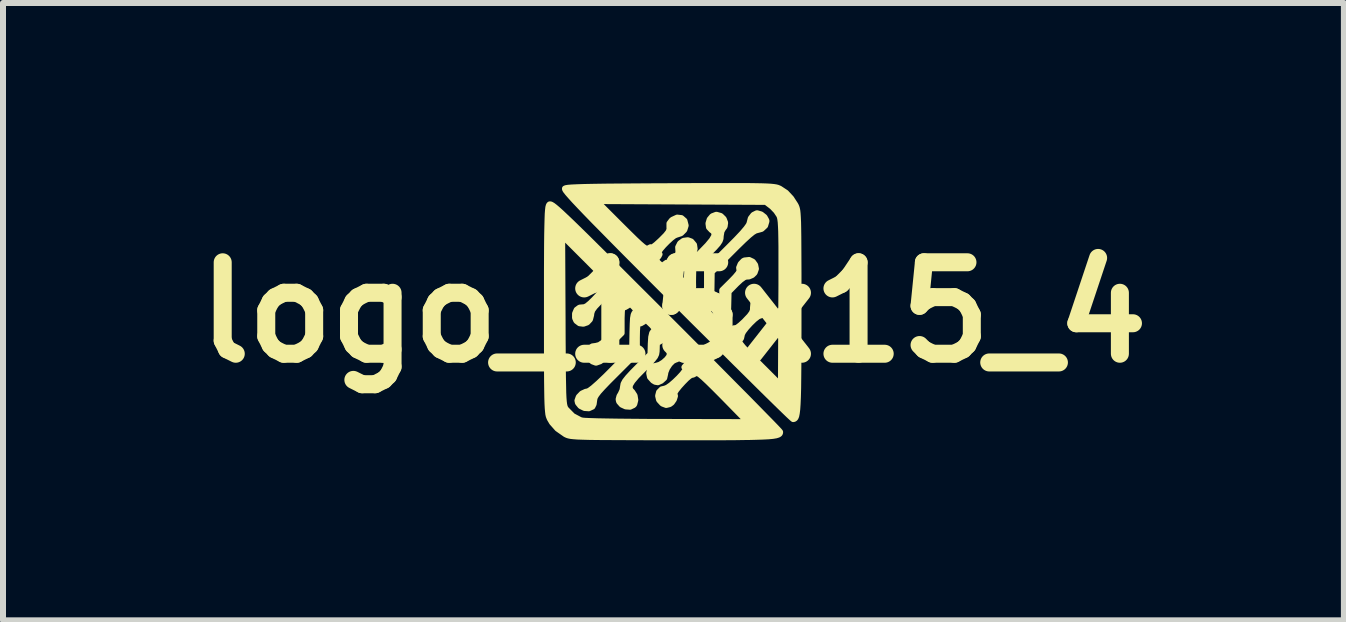
<source format=kicad_pcb>
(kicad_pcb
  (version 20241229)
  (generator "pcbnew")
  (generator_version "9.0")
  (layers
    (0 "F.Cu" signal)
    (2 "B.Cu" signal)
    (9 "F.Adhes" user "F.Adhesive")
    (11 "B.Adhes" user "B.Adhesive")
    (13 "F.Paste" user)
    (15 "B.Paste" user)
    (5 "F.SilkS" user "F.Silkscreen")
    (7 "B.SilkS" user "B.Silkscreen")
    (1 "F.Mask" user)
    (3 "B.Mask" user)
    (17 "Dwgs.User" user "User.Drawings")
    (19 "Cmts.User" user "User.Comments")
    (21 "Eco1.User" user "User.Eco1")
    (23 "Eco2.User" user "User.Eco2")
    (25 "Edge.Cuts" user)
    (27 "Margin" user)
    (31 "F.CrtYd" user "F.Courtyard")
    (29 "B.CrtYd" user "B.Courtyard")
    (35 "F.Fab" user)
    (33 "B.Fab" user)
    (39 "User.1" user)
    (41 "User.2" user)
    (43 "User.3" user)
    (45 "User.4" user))
  (footprint "logo_15x15_4"
    (layer "F.Cu")
    (at 8.172 2.155)
    (property "Reference" "logo_15x15_4" (at 0 0 0) (layer "F.SilkS") (effects (font (size 1.524 1.524) (thickness 0.3))))
    (attr through_hole)
    (fp_poly (pts (xy 2.083 -0.029) (xy 2.083 0.318) (xy 2.082 0.618) (xy 2.081 0.874) (xy 2.079 1.089) (xy 2.077 1.268) (xy 2.073 1.413) (xy 2.068 1.528) (xy 2.062 1.616) (xy 2.054 1.681) (xy 2.045 1.726) (xy 2.033 1.755) (xy 2.02 1.77) (xy 2.004 1.777) (xy 1.994 1.778) (xy 1.973 1.76) (xy 1.918 1.709) (xy 1.833 1.627) (xy 1.799 1.594) (xy 1.799 -0.926) (xy 1.799 -1.101) (xy 1.797 -1.242) (xy 1.795 -1.353) (xy 1.791 -1.439) (xy 1.787 -1.503) (xy 1.781 -1.55) (xy 1.774 -1.585) (xy 1.765 -1.61) (xy 1.762 -1.616) (xy 1.713 -1.69) (xy 1.646 -1.76) (xy 1.63 -1.773) (xy 1.541 -1.841) (xy 0.129 -1.848) (xy -1.283 -1.855) (xy -0.872 -1.444) (xy -0.738 -1.311) (xy -0.635 -1.21) (xy -0.559 -1.139) (xy -0.504 -1.092) (xy -0.466 -1.067) (xy -0.44 -1.059) (xy -0.422 -1.064) (xy -0.42 -1.066) (xy -0.381 -1.086) (xy -0.363 -1.082) (xy -0.338 -1.091) (xy -0.288 -1.129) (xy -0.222 -1.189) (xy -0.2 -1.21) (xy -0.125 -1.286) (xy -0.083 -1.34) (xy -0.066 -1.382) (xy -0.067 -1.423) (xy -0.067 -1.423) (xy -0.067 -1.482) (xy -0.03 -1.531) (xy -0.014 -1.544) (xy 0.062 -1.579) (xy 0.132 -1.571) (xy 0.183 -1.526) (xy 0.203 -1.448) (xy 0.203 -1.446) (xy 0.181 -1.375) (xy 0.125 -1.319) (xy 0.102 -1.311) (xy 0.102 -1.448) (xy 0.083 -1.472) (xy 0.078 -1.473) (xy 0.043 -1.455) (xy 0.038 -1.448) (xy 0.044 -1.426) (xy 0.062 -1.422) (xy 0.097 -1.436) (xy 0.102 -1.448) (xy 0.102 -1.311) (xy 0.052 -1.295) (xy 0.051 -1.295) (xy 0.015 -1.28) (xy -0.039 -1.239) (xy -0.101 -1.182) (xy -0.163 -1.119) (xy -0.215 -1.059) (xy -0.248 -1.011) (xy -0.253 -0.986) (xy -0.25 -0.985) (xy -0.232 -0.968) (xy -0.25 -0.934) (xy -0.26 -0.923) (xy -0.288 -0.885) (xy -0.284 -0.857) (xy -0.245 -0.816) (xy -0.201 -0.78) (xy -0.174 -0.779) (xy -0.152 -0.8) (xy -0.112 -0.828) (xy -0.088 -0.829) (xy -0.052 -0.838) (xy -0.003 -0.876) (xy 0.045 -0.928) (xy 0.078 -0.979) (xy 0.083 -1.011) (xy 0.078 -1.086) (xy 0.11 -1.15) (xy 0.168 -1.192) (xy 0.239 -1.202) (xy 0.296 -1.181) (xy 0.343 -1.125) (xy 0.353 -1.056) (xy 0.33 -0.988) (xy 0.28 -0.936) (xy 0.254 -0.928) (xy 0.254 -1.067) (xy 0.233 -1.089) (xy 0.216 -1.092) (xy 0.182 -1.078) (xy 0.178 -1.067) (xy 0.198 -1.044) (xy 0.216 -1.041) (xy 0.25 -1.055) (xy 0.254 -1.067) (xy 0.254 -0.928) (xy 0.208 -0.914) (xy 0.205 -0.914) (xy 0.161 -0.897) (xy 0.107 -0.855) (xy 0.056 -0.801) (xy 0.023 -0.751) (xy 0.018 -0.721) (xy 0.014 -0.673) (xy -0.001 -0.646) (xy -0.018 -0.613) (xy -0.002 -0.577) (xy 0.028 -0.544) (xy 0.076 -0.504) (xy 0.115 -0.498) (xy 0.159 -0.514) (xy 0.203 -0.541) (xy 0.223 -0.581) (xy 0.228 -0.651) (xy 0.228 -0.661) (xy 0.23 -0.71) (xy 0.239 -0.751) (xy 0.261 -0.793) (xy 0.303 -0.845) (xy 0.369 -0.915) (xy 0.457 -1.003) (xy 0.568 -1.118) (xy 0.641 -1.206) (xy 0.679 -1.272) (xy 0.684 -1.32) (xy 0.658 -1.357) (xy 0.635 -1.372) (xy 0.592 -1.418) (xy 0.583 -1.482) (xy 0.603 -1.549) (xy 0.647 -1.601) (xy 0.71 -1.625) (xy 0.717 -1.626) (xy 0.787 -1.606) (xy 0.837 -1.557) (xy 0.861 -1.494) (xy 0.852 -1.431) (xy 0.826 -1.397) (xy 0.8 -1.351) (xy 0.788 -1.281) (xy 0.787 -1.272) (xy 0.784 -1.23) (xy 0.77 -1.19) (xy 0.743 -1.149) (xy 0.743 -1.484) (xy 0.729 -1.512) (xy 0.718 -1.518) (xy 0.691 -1.507) (xy 0.686 -1.486) (xy 0.701 -1.455) (xy 0.729 -1.46) (xy 0.743 -1.484) (xy 0.743 -1.149) (xy 0.739 -1.143) (xy 0.685 -1.082) (xy 0.603 -0.998) (xy 0.559 -0.954) (xy 0.33 -0.728) (xy 0.327 -0.586) (xy 0.326 -0.504) (xy 0.327 -0.443) (xy 0.328 -0.422) (xy 0.316 -0.388) (xy 0.293 -0.357) (xy 0.272 -0.326) (xy 0.279 -0.296) (xy 0.319 -0.252) (xy 0.329 -0.242) (xy 0.382 -0.198) (xy 0.416 -0.188) (xy 0.443 -0.202) (xy 0.493 -0.222) (xy 0.52 -0.22) (xy 0.538 -0.219) (xy 0.549 -0.241) (xy 0.556 -0.291) (xy 0.558 -0.379) (xy 0.559 -0.465) (xy 0.559 -0.725) (xy 0.914 -1.079) (xy 1.048 -1.214) (xy 1.147 -1.319) (xy 1.214 -1.398) (xy 1.254 -1.454) (xy 1.27 -1.491) (xy 1.27 -1.496) (xy 1.288 -1.566) (xy 1.332 -1.623) (xy 1.388 -1.651) (xy 1.395 -1.651) (xy 1.46 -1.632) (xy 1.517 -1.587) (xy 1.548 -1.531) (xy 1.549 -1.518) (xy 1.527 -1.445) (xy 1.469 -1.391) (xy 1.422 -1.378) (xy 1.422 -1.505) (xy 1.409 -1.524) (xy 1.384 -1.511) (xy 1.375 -1.495) (xy 1.383 -1.475) (xy 1.394 -1.476) (xy 1.421 -1.499) (xy 1.422 -1.505) (xy 1.422 -1.378) (xy 1.399 -1.372) (xy 1.366 -1.363) (xy 1.321 -1.336) (xy 1.258 -1.285) (xy 1.172 -1.206) (xy 1.06 -1.097) (xy 0.985 -1.022) (xy 0.637 -0.673) (xy 0.633 -0.381) (xy 0.629 -0.236) (xy 0.621 -0.135) (xy 0.607 -0.073) (xy 0.594 -0.049) (xy 0.575 -0.017) (xy 0.588 0.016) (xy 0.622 0.051) (xy 0.667 0.089) (xy 0.697 0.093) (xy 0.732 0.068) (xy 0.773 0.042) (xy 0.796 0.042) (xy 0.803 0.027) (xy 0.809 -0.029) (xy 0.812 -0.114) (xy 0.813 -0.155) (xy 0.813 -0.37) (xy 0.964 -0.52) (xy 1.031 -0.59) (xy 1.08 -0.649) (xy 1.101 -0.686) (xy 1.101 -0.692) (xy 1.094 -0.745) (xy 1.119 -0.806) (xy 1.165 -0.855) (xy 1.185 -0.865) (xy 1.261 -0.873) (xy 1.322 -0.844) (xy 1.361 -0.79) (xy 1.374 -0.725) (xy 1.351 -0.66) (xy 1.312 -0.622) (xy 1.27 -0.604) (xy 1.27 -0.737) (xy 1.249 -0.759) (xy 1.232 -0.762) (xy 1.198 -0.748) (xy 1.194 -0.737) (xy 1.214 -0.714) (xy 1.232 -0.711) (xy 1.266 -0.725) (xy 1.27 -0.737) (xy 1.27 -0.604) (xy 1.256 -0.598) (xy 1.216 -0.597) (xy 1.18 -0.586) (xy 1.12 -0.543) (xy 1.049 -0.477) (xy 0.918 -0.343) (xy 0.912 -0.089) (xy 0.906 0.046) (xy 0.896 0.137) (xy 0.879 0.193) (xy 0.868 0.21) (xy 0.842 0.249) (xy 0.856 0.282) (xy 0.871 0.298) (xy 0.905 0.325) (xy 0.936 0.317) (xy 0.963 0.294) (xy 1.007 0.265) (xy 1.035 0.263) (xy 1.063 0.253) (xy 1.114 0.214) (xy 1.181 0.153) (xy 1.195 0.138) (xy 1.268 0.061) (xy 1.308 0.006) (xy 1.325 -0.04) (xy 1.325 -0.078) (xy 1.333 -0.163) (xy 1.379 -0.214) (xy 1.449 -0.229) (xy 1.531 -0.208) (xy 1.585 -0.153) (xy 1.6 -0.089) (xy 1.578 -0.028) (xy 1.525 0.024) (xy 1.499 0.034) (xy 1.499 -0.103) (xy 1.478 -0.124) (xy 1.46 -0.127) (xy 1.425 -0.111) (xy 1.432 -0.076) (xy 1.439 -0.068) (xy 1.47 -0.063) (xy 1.496 -0.089) (xy 1.499 -0.103) (xy 1.499 0.034) (xy 1.459 0.05) (xy 1.448 0.051) (xy 1.407 0.069) (xy 1.347 0.116) (xy 1.28 0.181) (xy 1.216 0.251) (xy 1.165 0.317) (xy 1.139 0.366) (xy 1.138 0.378) (xy 1.126 0.431) (xy 1.104 0.458) (xy 1.094 0.473) (xy 1.097 0.495) (xy 1.118 0.529) (xy 1.159 0.58) (xy 1.227 0.652) (xy 1.323 0.751) (xy 1.427 0.856) (xy 1.791 1.22) (xy 1.797 -0.154) (xy 1.799 -0.456) (xy 1.799 -0.712) (xy 1.799 -0.926) (xy 1.799 1.594) (xy 1.718 1.515) (xy 1.577 1.377) (xy 1.413 1.215) (xy 1.226 1.03) (xy 1.02 0.826) (xy 0.798 0.605) (xy 0.561 0.369) (xy 0.311 0.121) (xy 0.064 -0.126) (xy -0.248 -0.438) (xy -0.525 -0.716) (xy -0.77 -0.962) (xy -0.984 -1.178) (xy -1.168 -1.365) (xy -1.326 -1.525) (xy -1.458 -1.661) (xy -1.565 -1.773) (xy -1.651 -1.864) (xy -1.716 -1.936) (xy -1.763 -1.99) (xy -1.793 -2.028) (xy -1.807 -2.051) (xy -1.808 -2.063) (xy -1.808 -2.063) (xy -1.791 -2.07) (xy -1.753 -2.076) (xy -1.691 -2.081) (xy -1.602 -2.085) (xy -1.482 -2.089) (xy -1.329 -2.092) (xy -1.14 -2.095) (xy -0.911 -2.097) (xy -0.64 -2.099) (xy -0.323 -2.101) (xy -0.05 -2.102) (xy 0.289 -2.104) (xy 0.581 -2.105) (xy 0.829 -2.105) (xy 1.038 -2.105) (xy 1.21 -2.105) (xy 1.351 -2.103) (xy 1.464 -2.101) (xy 1.552 -2.098) (xy 1.62 -2.094) (xy 1.67 -2.089) (xy 1.708 -2.083) (xy 1.735 -2.076) (xy 1.757 -2.067) (xy 1.772 -2.06) (xy 1.874 -1.993) (xy 1.959 -1.902) (xy 2.028 -1.796) (xy 2.039 -1.776) (xy 2.048 -1.755) (xy 2.056 -1.729) (xy 2.063 -1.695) (xy 2.068 -1.648) (xy 2.072 -1.585) (xy 2.076 -1.502) (xy 2.078 -1.395) (xy 2.08 -1.26) (xy 2.081 -1.093) (xy 2.082 -0.891) (xy 2.083 -0.65) (xy 2.083 -0.366) (xy 2.083 -0.034) (xy 2.083 -0.029)) (stroke (width 0.1) (type solid)) (fill yes) (layer "F.SilkS"))
    (fp_poly (pts (xy 1.777 1.994) (xy 1.775 2.011) (xy 1.765 2.026) (xy 1.744 2.038) (xy 1.709 2.049) (xy 1.656 2.058) (xy 1.582 2.065) (xy 1.483 2.07) (xy 1.355 2.074) (xy 1.24 2.077) (xy 1.24 1.829) (xy 0.824 1.404) (xy 0.685 1.264) (xy 0.577 1.158) (xy 0.497 1.083) (xy 0.44 1.035) (xy 0.402 1.011) (xy 0.38 1.008) (xy 0.376 1.011) (xy 0.325 1.038) (xy 0.302 1.041) (xy 0.269 1.058) (xy 0.217 1.102) (xy 0.157 1.163) (xy 0.097 1.229) (xy 0.048 1.29) (xy 0.019 1.336) (xy 0.016 1.354) (xy 0.025 1.394) (xy 0.007 1.451) (xy -0.029 1.503) (xy -0.063 1.528) (xy -0.076 1.532) (xy -0.076 1.397) (xy -0.097 1.374) (xy -0.114 1.372) (xy -0.148 1.385) (xy -0.152 1.397) (xy -0.132 1.42) (xy -0.114 1.422) (xy -0.08 1.409) (xy -0.076 1.397) (xy -0.076 1.532) (xy -0.121 1.543) (xy -0.177 1.522) (xy -0.189 1.514) (xy -0.24 1.458) (xy -0.256 1.391) (xy -0.24 1.328) (xy -0.195 1.283) (xy -0.14 1.27) (xy -0.101 1.254) (xy -0.043 1.214) (xy 0.024 1.156) (xy 0.091 1.091) (xy 0.149 1.028) (xy 0.19 0.974) (xy 0.205 0.939) (xy 0.199 0.932) (xy 0.182 0.914) (xy 0.207 0.884) (xy 0.214 0.878) (xy 0.245 0.849) (xy 0.245 0.824) (xy 0.212 0.784) (xy 0.203 0.775) (xy 0.16 0.734) (xy 0.13 0.729) (xy 0.102 0.749) (xy 0.058 0.78) (xy 0.035 0.787) (xy -0.011 0.809) (xy -0.063 0.861) (xy -0.108 0.93) (xy -0.135 0.998) (xy -0.138 1.021) (xy -0.154 1.093) (xy -0.206 1.14) (xy -0.207 1.14) (xy -0.229 1.15) (xy -0.229 1.014) (xy -0.249 0.993) (xy -0.267 0.991) (xy -0.302 1.006) (xy -0.295 1.041) (xy -0.289 1.049) (xy -0.257 1.054) (xy -0.231 1.029) (xy -0.229 1.014) (xy -0.229 1.15) (xy -0.26 1.164) (xy -0.303 1.157) (xy -0.34 1.135) (xy -0.391 1.078) (xy -0.405 1.011) (xy -0.387 0.947) (xy -0.339 0.902) (xy -0.283 0.889) (xy -0.229 0.873) (xy -0.166 0.834) (xy -0.109 0.783) (xy -0.07 0.732) (xy -0.061 0.691) (xy -0.063 0.686) (xy -0.062 0.647) (xy -0.041 0.613) (xy -0.018 0.581) (xy -0.024 0.552) (xy -0.062 0.509) (xy -0.076 0.496) (xy -0.126 0.451) (xy -0.157 0.439) (xy -0.187 0.456) (xy -0.198 0.466) (xy -0.24 0.492) (xy -0.262 0.491) (xy -0.272 0.504) (xy -0.278 0.554) (xy -0.279 0.6) (xy -0.281 0.652) (xy -0.288 0.695) (xy -0.307 0.736) (xy -0.345 0.785) (xy -0.406 0.85) (xy -0.497 0.942) (xy -0.508 0.953) (xy -0.615 1.062) (xy -0.686 1.146) (xy -0.724 1.209) (xy -0.732 1.258) (xy -0.714 1.299) (xy -0.686 1.328) (xy -0.648 1.387) (xy -0.636 1.461) (xy -0.653 1.528) (xy -0.665 1.544) (xy -0.724 1.572) (xy -0.737 1.571) (xy -0.737 1.449) (xy -0.752 1.417) (xy -0.783 1.408) (xy -0.798 1.418) (xy -0.797 1.453) (xy -0.763 1.473) (xy -0.758 1.473) (xy -0.737 1.454) (xy -0.737 1.449) (xy -0.737 1.571) (xy -0.795 1.567) (xy -0.861 1.537) (xy -0.906 1.486) (xy -0.914 1.449) (xy -0.9 1.396) (xy -0.877 1.357) (xy -0.849 1.295) (xy -0.839 1.232) (xy -0.832 1.192) (xy -0.807 1.145) (xy -0.759 1.084) (xy -0.682 1) (xy -0.611 0.928) (xy -0.383 0.699) (xy -0.378 0.521) (xy -0.371 0.411) (xy -0.355 0.344) (xy -0.332 0.313) (xy -0.312 0.29) (xy -0.319 0.262) (xy -0.358 0.216) (xy -0.374 0.2) (xy -0.426 0.151) (xy -0.458 0.134) (xy -0.487 0.146) (xy -0.501 0.157) (xy -0.548 0.184) (xy -0.578 0.185) (xy -0.593 0.192) (xy -0.603 0.232) (xy -0.608 0.31) (xy -0.61 0.424) (xy -0.61 0.674) (xy -0.965 1.029) (xy -1.09 1.154) (xy -1.182 1.25) (xy -1.247 1.322) (xy -1.288 1.376) (xy -1.311 1.416) (xy -1.32 1.45) (xy -1.321 1.461) (xy -1.33 1.527) (xy -1.351 1.57) (xy -1.411 1.598) (xy -1.422 1.597) (xy -1.422 1.46) (xy -1.435 1.427) (xy -1.446 1.422) (xy -1.479 1.439) (xy -1.487 1.472) (xy -1.481 1.482) (xy -1.444 1.498) (xy -1.423 1.471) (xy -1.422 1.46) (xy -1.422 1.597) (xy -1.482 1.593) (xy -1.549 1.56) (xy -1.592 1.507) (xy -1.6 1.469) (xy -1.578 1.408) (xy -1.525 1.353) (xy -1.46 1.323) (xy -1.441 1.321) (xy -1.403 1.306) (xy -1.34 1.259) (xy -1.25 1.18) (xy -1.129 1.065) (xy -1.036 0.972) (xy -0.688 0.622) (xy -0.683 0.323) (xy -0.679 0.19) (xy -0.674 0.099) (xy -0.664 0.043) (xy -0.65 0.011) (xy -0.637 0.001) (xy -0.615 -0.019) (xy -0.624 -0.047) (xy -0.659 -0.087) (xy -0.702 -0.129) (xy -0.732 -0.135) (xy -0.765 -0.112) (xy -0.809 -0.087) (xy -0.837 -0.088) (xy -0.851 -0.075) (xy -0.86 -0.014) (xy -0.864 0.095) (xy -0.864 0.12) (xy -0.864 0.345) (xy -1.003 0.483) (xy -1.084 0.569) (xy -1.129 0.636) (xy -1.143 0.689) (xy -1.143 0.69) (xy -1.165 0.759) (xy -1.22 0.814) (xy -1.255 0.826) (xy -1.255 0.695) (xy -1.267 0.678) (xy -1.302 0.664) (xy -1.317 0.685) (xy -1.309 0.71) (xy -1.277 0.725) (xy -1.266 0.721) (xy -1.255 0.695) (xy -1.255 0.826) (xy -1.289 0.838) (xy -1.293 0.838) (xy -1.352 0.816) (xy -1.4 0.761) (xy -1.422 0.692) (xy -1.422 0.687) (xy -1.405 0.609) (xy -1.351 0.567) (xy -1.292 0.559) (xy -1.234 0.544) (xy -1.164 0.496) (xy -1.093 0.431) (xy -0.965 0.302) (xy -0.961 0.069) (xy -0.959 -0.055) (xy -0.957 -0.137) (xy -0.953 -0.189) (xy -0.946 -0.221) (xy -0.934 -0.242) (xy -0.917 -0.264) (xy -0.916 -0.265) (xy -0.894 -0.303) (xy -0.912 -0.338) (xy -0.922 -0.349) (xy -0.957 -0.376) (xy -0.988 -0.367) (xy -1.011 -0.348) (xy -1.055 -0.315) (xy -1.081 -0.305) (xy -1.109 -0.288) (xy -1.161 -0.244) (xy -1.228 -0.182) (xy -1.237 -0.172) (xy -1.311 -0.094) (xy -1.353 -0.036) (xy -1.37 0.017) (xy -1.372 0.043) (xy -1.391 0.117) (xy -1.438 0.167) (xy -1.473 0.179) (xy -1.473 0.051) (xy -1.494 0.028) (xy -1.511 0.025) (xy -1.545 0.039) (xy -1.549 0.051) (xy -1.529 0.073) (xy -1.511 0.076) (xy -1.477 0.062) (xy -1.473 0.051) (xy -1.473 0.179) (xy -1.501 0.189) (xy -1.565 0.181) (xy -1.618 0.141) (xy -1.64 0.092) (xy -1.64 0.02) (xy -1.613 -0.043) (xy -1.566 -0.078) (xy -1.555 -0.08) (xy -1.498 -0.085) (xy -1.48 -0.087) (xy -1.442 -0.106) (xy -1.386 -0.152) (xy -1.322 -0.215) (xy -1.259 -0.282) (xy -1.21 -0.344) (xy -1.183 -0.39) (xy -1.181 -0.403) (xy -1.176 -0.448) (xy -1.151 -0.487) (xy -1.138 -0.505) (xy -1.135 -0.525) (xy -1.145 -0.551) (xy -1.173 -0.59) (xy -1.222 -0.646) (xy -1.297 -0.724) (xy -1.402 -0.83) (xy -1.481 -0.909) (xy -1.855 -1.283) (xy -1.848 0.132) (xy -1.847 0.435) (xy -1.845 0.692) (xy -1.844 0.907) (xy -1.842 1.083) (xy -1.839 1.225) (xy -1.837 1.337) (xy -1.833 1.423) (xy -1.828 1.487) (xy -1.822 1.533) (xy -1.815 1.565) (xy -1.807 1.588) (xy -1.796 1.606) (xy -1.789 1.616) (xy -1.68 1.727) (xy -1.554 1.794) (xy -1.521 1.803) (xy -1.479 1.807) (xy -1.392 1.811) (xy -1.264 1.815) (xy -1.101 1.818) (xy -0.907 1.821) (xy -0.688 1.823) (xy -0.449 1.825) (xy -0.195 1.826) (xy -0.097 1.826) (xy 1.24 1.829) (xy 1.24 2.077) (xy 1.197 2.077) (xy 1.003 2.08) (xy 0.771 2.081) (xy 0.497 2.081) (xy 0.177 2.081) (xy -0.037 2.081) (xy -0.37 2.081) (xy -0.656 2.08) (xy -0.899 2.079) (xy -1.103 2.078) (xy -1.271 2.077) (xy -1.407 2.075) (xy -1.515 2.072) (xy -1.599 2.069) (xy -1.663 2.064) (xy -1.71 2.059) (xy -1.744 2.052) (xy -1.77 2.044) (xy -1.79 2.035) (xy -1.803 2.028) (xy -1.933 1.937) (xy -2.024 1.834) (xy -2.06 1.773) (xy -2.069 1.752) (xy -2.078 1.728) (xy -2.085 1.697) (xy -2.09 1.654) (xy -2.095 1.597) (xy -2.099 1.521) (xy -2.102 1.423) (xy -2.104 1.298) (xy -2.106 1.143) (xy -2.107 0.955) (xy -2.108 0.729) (xy -2.108 0.462) (xy -2.108 0.15) (xy -2.108 -0.032) (xy -2.108 -0.375) (xy -2.108 -0.67) (xy -2.107 -0.921) (xy -2.106 -1.132) (xy -2.104 -1.307) (xy -2.101 -1.448) (xy -2.098 -1.559) (xy -2.095 -1.644) (xy -2.09 -1.707) (xy -2.085 -1.75) (xy -2.078 -1.777) (xy -2.071 -1.792) (xy -2.063 -1.799) (xy -2.052 -1.8) (xy -2.036 -1.794) (xy -2.011 -1.779) (xy -1.977 -1.753) (xy -1.931 -1.714) (xy -1.871 -1.66) (xy -1.796 -1.589) (xy -1.702 -1.5) (xy -1.589 -1.39) (xy -1.453 -1.257) (xy -1.294 -1.099) (xy -1.108 -0.915) (xy -0.895 -0.702) (xy -0.651 -0.458) (xy -0.375 -0.183) (xy -0.128 0.064) (xy 0.13 0.322) (xy 0.378 0.571) (xy 0.614 0.808) (xy 0.834 1.03) (xy 1.037 1.235) (xy 1.221 1.42) (xy 1.382 1.584) (xy 1.519 1.724) (xy 1.63 1.837) (xy 1.711 1.921) (xy 1.761 1.974) (xy 1.777 1.994)) (stroke (width 0.1) (type solid)) (fill yes) (layer "F.SilkS")))
  (gr_rect
    (start -3 -3)
    (end 19.343 7.286)
    (stroke (width 0.1) (type default))
    (fill no)
    (layer "Edge.Cuts")))
</source>
